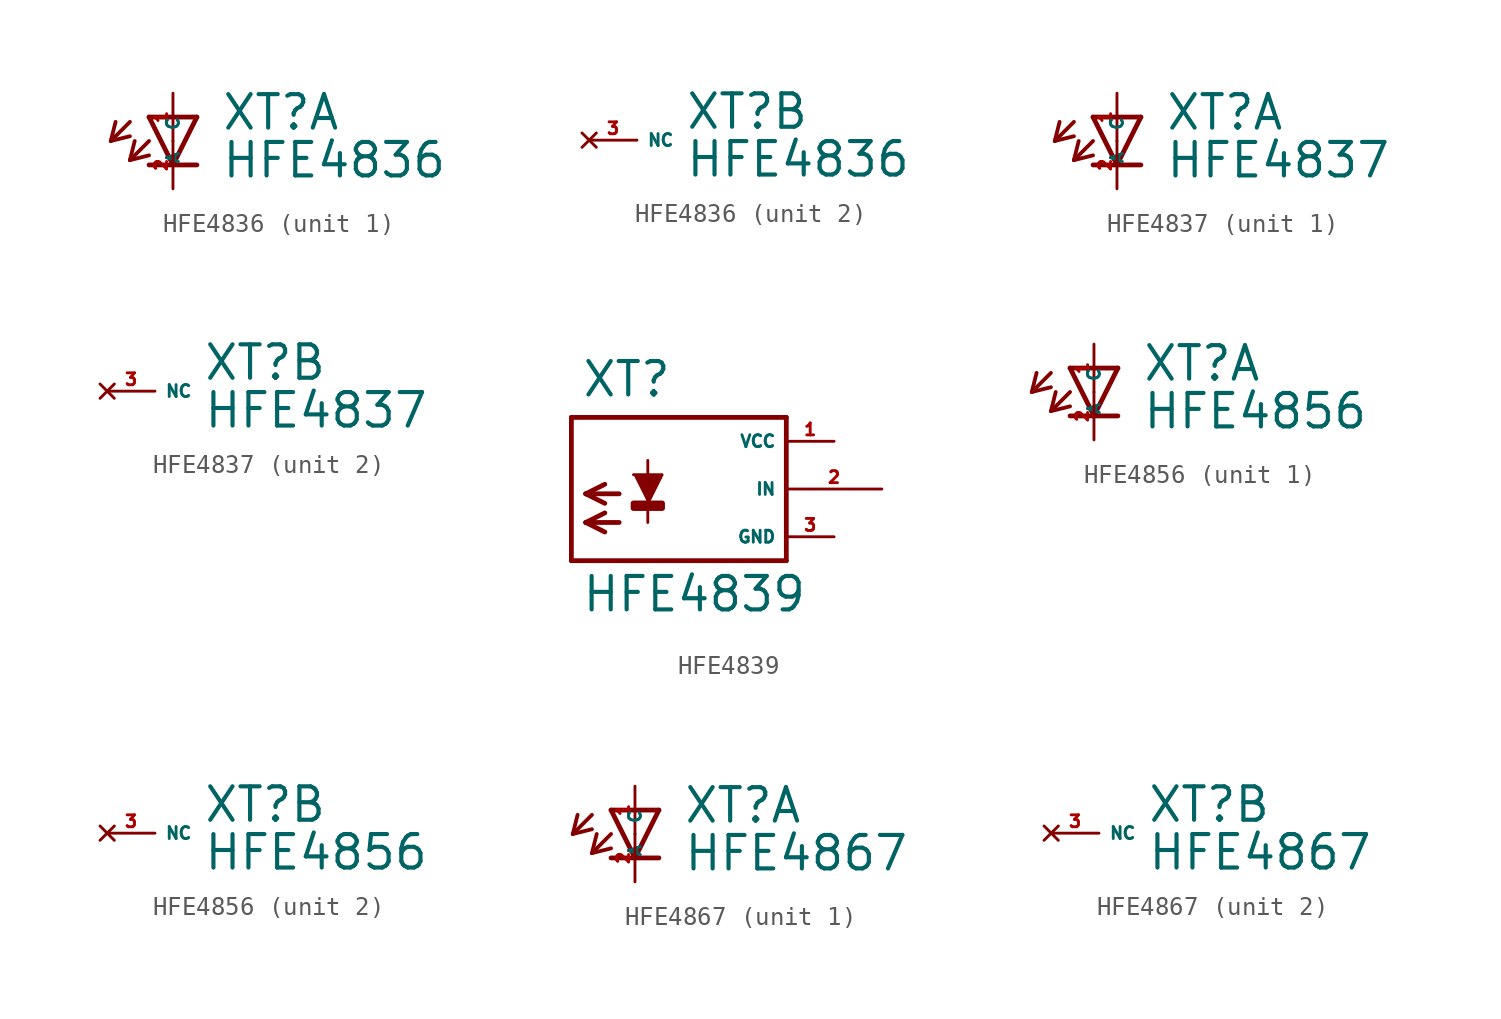
<source format=kicad_sym>
(kicad_symbol_lib
  (version 20220914)
  (generator Eagle2Kicad)
  (symbol "HFE4836"
    (property "Reference" "XT"
      (at 2.54 0.483 0)
      (effects (font (size 1.778 1.778) (thickness 0.22)) (justify left bottom)))
    (property "Value" "HFE4836"
      (at 2.54 -2.057 0)
      (effects (font (size 1.778 1.778) (thickness 0.22)) (justify left bottom)))
    (symbol "HFE4836_1_0"
      (polyline (pts (xy -1.27 1.27) (xy 0 -1.27)) (stroke (width 0.254) (type default)) (fill (type none)))
      (polyline (pts (xy 0 -1.27) (xy 1.27 1.27)) (stroke (width 0.254) (type default)) (fill (type none)))
      (polyline (pts (xy 1.27 -1.27) (xy 0 -1.27)) (stroke (width 0.254) (type default)) (fill (type none)))
      (polyline (pts (xy 1.27 1.27) (xy -1.27 1.27)) (stroke (width 0.254) (type default)) (fill (type none)))
      (polyline (pts (xy 0 -1.27) (xy -1.27 -1.27)) (stroke (width 0.254) (type default)) (fill (type none)))
      (polyline (pts (xy -2.286 1.016) (xy -3.302 0)) (stroke (width 0.203) (type default)) (fill (type none)))
      (polyline (pts (xy -3.302 0) (xy -2.286 0.254)) (stroke (width 0.203) (type default)) (fill (type none)))
      (polyline (pts (xy -3.302 0) (xy -3.048 1.016)) (stroke (width 0.203) (type default)) (fill (type none)))
      (polyline (pts (xy -1.27 0) (xy -2.286 -1.016)) (stroke (width 0.203) (type default)) (fill (type none)))
      (polyline (pts (xy -2.286 -1.016) (xy -1.27 -0.762)) (stroke (width 0.203) (type default)) (fill (type none)))
      (polyline (pts (xy -2.286 -1.016) (xy -2.032 0)) (stroke (width 0.203) (type default)) (fill (type none)))
      (pin passive line (at 0 2.54 270) (length 2.54) (name "A" (effects (font (size 0.635 0.635) (thickness 0.08)) (justify left bottom))) (number "1" (effects (font (size 0.635 0.635) (thickness 0.08)) (justify left bottom))))
      (pin passive line (at 0 -2.54 90) (length 2.54) (name "C" (effects (font (size 0.635 0.635) (thickness 0.08)) (justify left bottom))) (number "2" (effects (font (size 0.635 0.635) (thickness 0.08)) (justify left bottom)))))
    (symbol "HFE4836_2_0"
      (pin no_connect line (at -2.54 0 0) (length 2.54) (name "NC" (effects (font (size 0.635 0.635) (thickness 0.08)) (justify left bottom) hide)) (number "3" (effects (font (size 0.635 0.635) (thickness 0.08)) (justify left bottom) hide)))))
  (symbol "HFE4837"
    (property "Reference" "XT"
      (at 2.54 0.483 0)
      (effects (font (size 1.778 1.778) (thickness 0.22)) (justify left bottom)))
    (property "Value" "HFE4837"
      (at 2.54 -2.057 0)
      (effects (font (size 1.778 1.778) (thickness 0.22)) (justify left bottom)))
    (symbol "HFE4837_1_0"
      (polyline (pts (xy -1.27 1.27) (xy 0 -1.27)) (stroke (width 0.254) (type default)) (fill (type none)))
      (polyline (pts (xy 0 -1.27) (xy 1.27 1.27)) (stroke (width 0.254) (type default)) (fill (type none)))
      (polyline (pts (xy 1.27 -1.27) (xy 0 -1.27)) (stroke (width 0.254) (type default)) (fill (type none)))
      (polyline (pts (xy 1.27 1.27) (xy -1.27 1.27)) (stroke (width 0.254) (type default)) (fill (type none)))
      (polyline (pts (xy 0 -1.27) (xy -1.27 -1.27)) (stroke (width 0.254) (type default)) (fill (type none)))
      (polyline (pts (xy -2.286 1.016) (xy -3.302 0)) (stroke (width 0.203) (type default)) (fill (type none)))
      (polyline (pts (xy -3.302 0) (xy -2.286 0.254)) (stroke (width 0.203) (type default)) (fill (type none)))
      (polyline (pts (xy -3.302 0) (xy -3.048 1.016)) (stroke (width 0.203) (type default)) (fill (type none)))
      (polyline (pts (xy -1.27 0) (xy -2.286 -1.016)) (stroke (width 0.203) (type default)) (fill (type none)))
      (polyline (pts (xy -2.286 -1.016) (xy -1.27 -0.762)) (stroke (width 0.203) (type default)) (fill (type none)))
      (polyline (pts (xy -2.286 -1.016) (xy -2.032 0)) (stroke (width 0.203) (type default)) (fill (type none)))
      (pin passive line (at 0 2.54 270) (length 2.54) (name "A" (effects (font (size 0.635 0.635) (thickness 0.08)) (justify left bottom))) (number "1" (effects (font (size 0.635 0.635) (thickness 0.08)) (justify left bottom))))
      (pin passive line (at 0 -2.54 90) (length 2.54) (name "C" (effects (font (size 0.635 0.635) (thickness 0.08)) (justify left bottom))) (number "2" (effects (font (size 0.635 0.635) (thickness 0.08)) (justify left bottom)))))
    (symbol "HFE4837_2_0"
      (pin no_connect line (at -2.54 0 0) (length 2.54) (name "NC" (effects (font (size 0.635 0.635) (thickness 0.08)) (justify left bottom) hide)) (number "3" (effects (font (size 0.635 0.635) (thickness 0.08)) (justify left bottom) hide)))))
  (symbol "HFE4839"
    (property "Reference" "XT"
      (at -3.302 4.801 0)
      (effects (font (size 1.778 1.778) (thickness 0.22)) (justify left bottom)))
    (property "Value" "HFE4839"
      (at -3.302 -6.629 0)
      (effects (font (size 1.778 1.778) (thickness 0.22)) (justify left bottom)))
    (polyline
      (pts (xy 0.254 -0.762) (xy 1.016 0.762) (xy -0.508 0.762))
      (stroke (width 0.152) (type default))
      (fill (type outline)))
    (polyline
      (pts (xy -1.27 -0.254) (xy -3.048 -0.254))
      (stroke (width 0.254) (type default))
      (fill (type none)))
    (polyline
      (pts (xy -3.048 -0.254) (xy -2.032 -0.762))
      (stroke (width 0.254) (type default))
      (fill (type none)))
    (polyline
      (pts (xy -3.048 -0.254) (xy -2.032 0.254))
      (stroke (width 0.254) (type default))
      (fill (type none)))
    (polyline
      (pts (xy -1.27 -1.778) (xy -3.048 -1.778))
      (stroke (width 0.254) (type default))
      (fill (type none)))
    (polyline
      (pts (xy -3.048 -1.778) (xy -2.032 -2.286))
      (stroke (width 0.254) (type default))
      (fill (type none)))
    (polyline
      (pts (xy -3.048 -1.778) (xy -2.032 -1.27))
      (stroke (width 0.254) (type default))
      (fill (type none)))
    (polyline
      (pts (xy 0.254 -1.778) (xy 0.254 1.524))
      (stroke (width 0.152) (type default))
      (fill (type none)))
    (polyline
      (pts (xy 7.62 3.81) (xy -3.81 3.81))
      (stroke (width 0.254) (type default))
      (fill (type none)))
    (polyline
      (pts (xy -3.81 3.81) (xy -3.81 -3.81))
      (stroke (width 0.254) (type default))
      (fill (type none)))
    (polyline
      (pts (xy -3.81 -3.81) (xy 7.62 -3.81))
      (stroke (width 0.254) (type default))
      (fill (type none)))
    (polyline
      (pts (xy 7.62 -3.81) (xy 7.62 3.81))
      (stroke (width 0.254) (type default))
      (fill (type none)))
    (rectangle
      (start -0.508 -1.016)
      (end 1.016 -0.762)
      (stroke (width 0.3) (type default))
      (fill (type outline)))
    (pin unspecified line
      (at 10.16 2.54 180)
      (length 2.54)
      (name "VCC" (effects (font (size 0.635 0.635) (thickness 0.08)) (justify left bottom)))
      (number "1" (effects (font (size 0.635 0.635) (thickness 0.08)) (justify left bottom))))
    (pin unspecified line
      (at 10.16 -2.54 180)
      (length 2.54)
      (name "GND" (effects (font (size 0.635 0.635) (thickness 0.08)) (justify left bottom)))
      (number "3" (effects (font (size 0.635 0.635) (thickness 0.08)) (justify left bottom))))
    (pin input line
      (at 12.7 0 180)
      (length 5.08)
      (name "IN" (effects (font (size 0.635 0.635) (thickness 0.08)) (justify left bottom)))
      (number "2" (effects (font (size 0.635 0.635) (thickness 0.08)) (justify left bottom)))))
  (symbol "HFE4856"
    (property "Reference" "XT"
      (at 2.54 0.483 0)
      (effects (font (size 1.778 1.778) (thickness 0.22)) (justify left bottom)))
    (property "Value" "HFE4856"
      (at 2.54 -2.057 0)
      (effects (font (size 1.778 1.778) (thickness 0.22)) (justify left bottom)))
    (symbol "HFE4856_1_0"
      (polyline (pts (xy -1.27 1.27) (xy 0 -1.27)) (stroke (width 0.254) (type default)) (fill (type none)))
      (polyline (pts (xy 0 -1.27) (xy 1.27 1.27)) (stroke (width 0.254) (type default)) (fill (type none)))
      (polyline (pts (xy 1.27 -1.27) (xy 0 -1.27)) (stroke (width 0.254) (type default)) (fill (type none)))
      (polyline (pts (xy 1.27 1.27) (xy -1.27 1.27)) (stroke (width 0.254) (type default)) (fill (type none)))
      (polyline (pts (xy 0 -1.27) (xy -1.27 -1.27)) (stroke (width 0.254) (type default)) (fill (type none)))
      (polyline (pts (xy -2.286 1.016) (xy -3.302 0)) (stroke (width 0.203) (type default)) (fill (type none)))
      (polyline (pts (xy -3.302 0) (xy -2.286 0.254)) (stroke (width 0.203) (type default)) (fill (type none)))
      (polyline (pts (xy -3.302 0) (xy -3.048 1.016)) (stroke (width 0.203) (type default)) (fill (type none)))
      (polyline (pts (xy -1.27 0) (xy -2.286 -1.016)) (stroke (width 0.203) (type default)) (fill (type none)))
      (polyline (pts (xy -2.286 -1.016) (xy -1.27 -0.762)) (stroke (width 0.203) (type default)) (fill (type none)))
      (polyline (pts (xy -2.286 -1.016) (xy -2.032 0)) (stroke (width 0.203) (type default)) (fill (type none)))
      (pin passive line (at 0 2.54 270) (length 2.54) (name "A" (effects (font (size 0.635 0.635) (thickness 0.08)) (justify left bottom))) (number "1" (effects (font (size 0.635 0.635) (thickness 0.08)) (justify left bottom))))
      (pin passive line (at 0 -2.54 90) (length 2.54) (name "C" (effects (font (size 0.635 0.635) (thickness 0.08)) (justify left bottom))) (number "2" (effects (font (size 0.635 0.635) (thickness 0.08)) (justify left bottom)))))
    (symbol "HFE4856_2_0"
      (pin no_connect line (at -2.54 0 0) (length 2.54) (name "NC" (effects (font (size 0.635 0.635) (thickness 0.08)) (justify left bottom) hide)) (number "3" (effects (font (size 0.635 0.635) (thickness 0.08)) (justify left bottom) hide)))))
  (symbol "HFE4867"
    (property "Reference" "XT"
      (at 2.54 0.483 0)
      (effects (font (size 1.778 1.778) (thickness 0.22)) (justify left bottom)))
    (property "Value" "HFE4867"
      (at 2.54 -2.057 0)
      (effects (font (size 1.778 1.778) (thickness 0.22)) (justify left bottom)))
    (symbol "HFE4867_1_0"
      (polyline (pts (xy -1.27 1.27) (xy 0 -1.27)) (stroke (width 0.254) (type default)) (fill (type none)))
      (polyline (pts (xy 0 -1.27) (xy 1.27 1.27)) (stroke (width 0.254) (type default)) (fill (type none)))
      (polyline (pts (xy 1.27 -1.27) (xy 0 -1.27)) (stroke (width 0.254) (type default)) (fill (type none)))
      (polyline (pts (xy 1.27 1.27) (xy -1.27 1.27)) (stroke (width 0.254) (type default)) (fill (type none)))
      (polyline (pts (xy 0 -1.27) (xy -1.27 -1.27)) (stroke (width 0.254) (type default)) (fill (type none)))
      (polyline (pts (xy -2.286 1.016) (xy -3.302 0)) (stroke (width 0.203) (type default)) (fill (type none)))
      (polyline (pts (xy -3.302 0) (xy -2.286 0.254)) (stroke (width 0.203) (type default)) (fill (type none)))
      (polyline (pts (xy -3.302 0) (xy -3.048 1.016)) (stroke (width 0.203) (type default)) (fill (type none)))
      (polyline (pts (xy -1.27 0) (xy -2.286 -1.016)) (stroke (width 0.203) (type default)) (fill (type none)))
      (polyline (pts (xy -2.286 -1.016) (xy -1.27 -0.762)) (stroke (width 0.203) (type default)) (fill (type none)))
      (polyline (pts (xy -2.286 -1.016) (xy -2.032 0)) (stroke (width 0.203) (type default)) (fill (type none)))
      (pin passive line (at 0 2.54 270) (length 2.54) (name "A" (effects (font (size 0.635 0.635) (thickness 0.08)) (justify left bottom))) (number "1" (effects (font (size 0.635 0.635) (thickness 0.08)) (justify left bottom))))
      (pin passive line (at 0 -2.54 90) (length 2.54) (name "C" (effects (font (size 0.635 0.635) (thickness 0.08)) (justify left bottom))) (number "2" (effects (font (size 0.635 0.635) (thickness 0.08)) (justify left bottom)))))
    (symbol "HFE4867_2_0"
      (pin no_connect line (at -2.54 0 0) (length 2.54) (name "NC" (effects (font (size 0.635 0.635) (thickness 0.08)) (justify left bottom) hide)) (number "3" (effects (font (size 0.635 0.635) (thickness 0.08)) (justify left bottom) hide))))))
</source>
